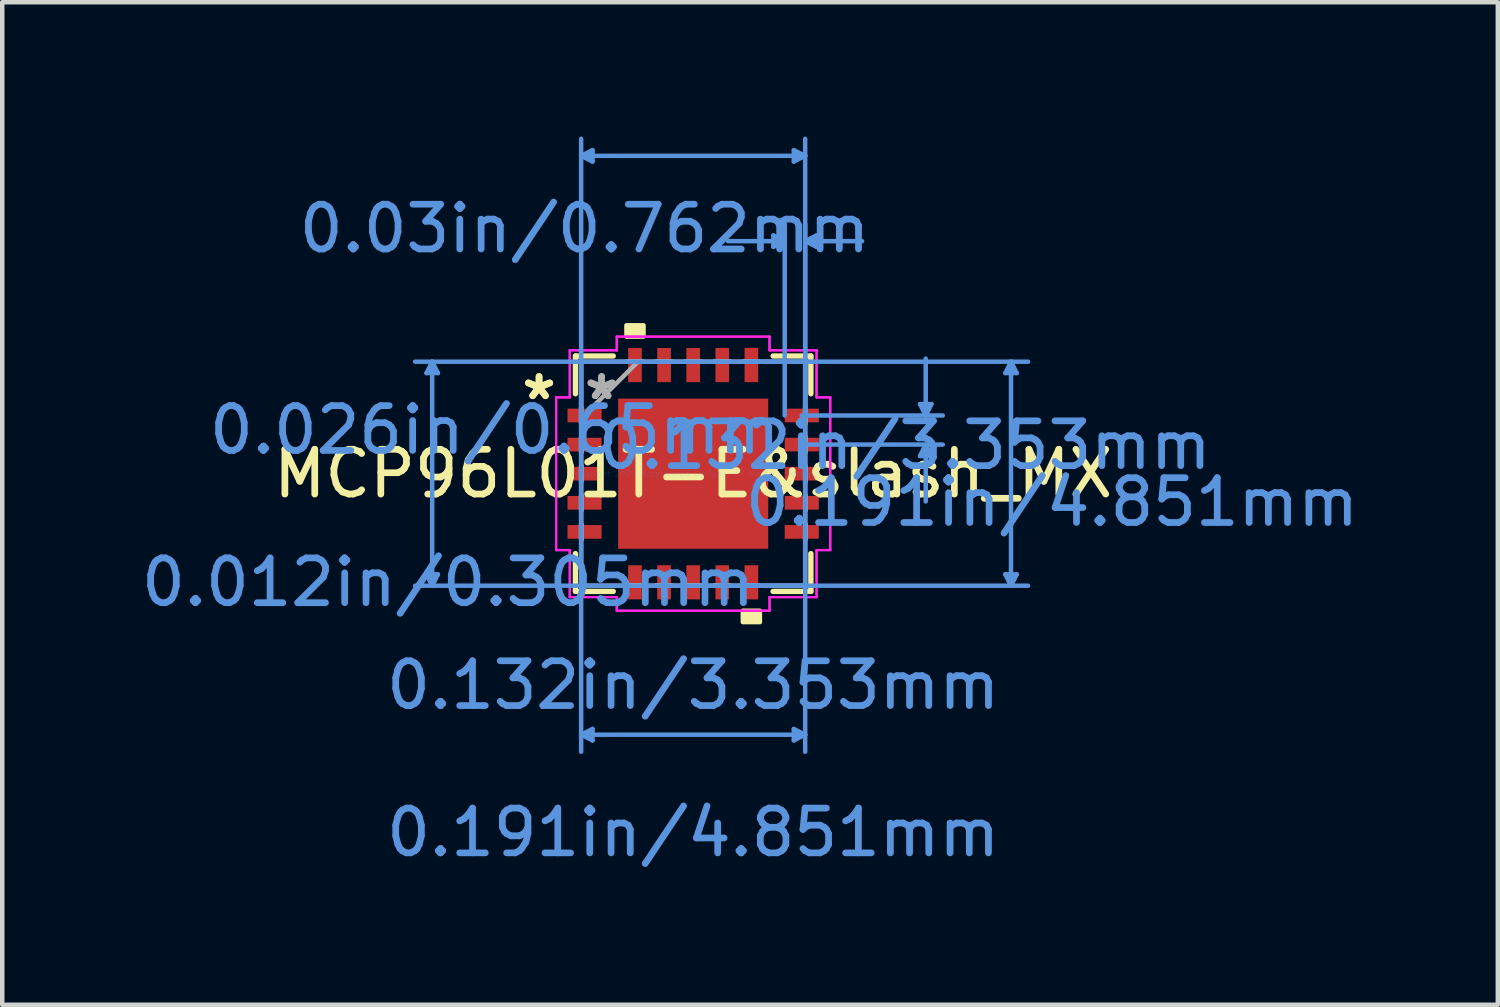
<source format=kicad_pcb>
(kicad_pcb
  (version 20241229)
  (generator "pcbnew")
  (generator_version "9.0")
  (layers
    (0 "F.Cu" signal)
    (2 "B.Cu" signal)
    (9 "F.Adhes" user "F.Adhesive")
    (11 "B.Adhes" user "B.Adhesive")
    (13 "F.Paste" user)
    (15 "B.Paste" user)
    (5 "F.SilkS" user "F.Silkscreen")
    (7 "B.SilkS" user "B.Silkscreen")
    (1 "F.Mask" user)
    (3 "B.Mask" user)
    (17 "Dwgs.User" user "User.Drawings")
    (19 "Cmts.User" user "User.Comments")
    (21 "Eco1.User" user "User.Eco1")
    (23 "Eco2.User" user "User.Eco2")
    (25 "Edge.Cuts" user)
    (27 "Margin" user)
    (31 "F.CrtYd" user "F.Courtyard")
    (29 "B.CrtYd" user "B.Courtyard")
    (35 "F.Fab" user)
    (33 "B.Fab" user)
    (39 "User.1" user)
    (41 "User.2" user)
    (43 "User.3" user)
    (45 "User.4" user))
  (footprint "MCP96L01T-E&slash_MX"
    (layer "F.Cu")
    (at 12.432 7.53)
    (property "Reference" "MCP96L01T-E&slash_MX" (at 0 0 0) (layer "F.SilkS") (effects (font (size 1 1) (thickness 0.15))))
    (attr through_hole)
    (fp_line (start -2.629 -2.629) (end -2.629 -1.785) (stroke (width 0.12) (type solid)) (layer "F.SilkS"))
    (fp_line (start -2.629 1.785) (end -2.629 2.629) (stroke (width 0.12) (type solid)) (layer "F.SilkS"))
    (fp_line (start -2.629 2.629) (end -1.785 2.629) (stroke (width 0.12) (type solid)) (layer "F.SilkS"))
    (fp_line (start -1.785 -2.629) (end -2.629 -2.629) (stroke (width 0.12) (type solid)) (layer "F.SilkS"))
    (fp_line (start 1.785 2.629) (end 2.629 2.629) (stroke (width 0.12) (type solid)) (layer "F.SilkS"))
    (fp_line (start 2.629 -2.629) (end 1.785 -2.629) (stroke (width 0.12) (type solid)) (layer "F.SilkS"))
    (fp_line (start 2.629 -1.785) (end 2.629 -2.629) (stroke (width 0.12) (type solid)) (layer "F.SilkS"))
    (fp_line (start 2.629 2.629) (end 2.629 1.785) (stroke (width 0.12) (type solid)) (layer "F.SilkS"))
    (fp_poly (pts (xy -1.49 -3.061) (xy -1.49 -3.315) (xy -1.109 -3.315) (xy -1.109 -3.061)) (stroke (width 0.1) (type solid)) (fill yes) (layer "F.SilkS"))
    (fp_poly (pts (xy 1.109 3.061) (xy 1.109 3.315) (xy 1.49 3.315) (xy 1.49 3.061)) (stroke (width 0.1) (type solid)) (fill yes) (layer "F.SilkS"))
    (fp_poly (pts (xy -1.576 -1.576) (xy -1.576 -0.1) (xy -0.1 -0.1) (xy -0.1 -1.576)) (stroke (width 0.1) (type solid)) (fill yes) (layer "F.Paste"))
    (fp_poly (pts (xy -1.576 0.1) (xy -1.576 1.576) (xy -0.1 1.576) (xy -0.1 0.1)) (stroke (width 0.1) (type solid)) (fill yes) (layer "F.Paste"))
    (fp_poly (pts (xy 0.1 -1.576) (xy 0.1 -0.1) (xy 1.576 -0.1) (xy 1.576 -1.576)) (stroke (width 0.1) (type solid)) (fill yes) (layer "F.Paste"))
    (fp_poly (pts (xy 0.1 0.1) (xy 0.1 1.576) (xy 1.576 1.576) (xy 1.576 0.1)) (stroke (width 0.1) (type solid)) (fill yes) (layer "F.Paste"))
    (fp_line (start -5.956 -2.248) (end -5.702 -2.248) (stroke (width 0.1) (type solid)) (layer "Cmts.User"))
    (fp_line (start -5.956 2.248) (end -5.702 2.248) (stroke (width 0.1) (type solid)) (layer "Cmts.User"))
    (fp_line (start -5.829 -2.502) (end -5.956 -2.248) (stroke (width 0.1) (type solid)) (layer "Cmts.User"))
    (fp_line (start -5.829 -2.502) (end -5.829 2.502) (stroke (width 0.1) (type solid)) (layer "Cmts.User"))
    (fp_line (start -5.829 -2.502) (end -5.702 -2.248) (stroke (width 0.1) (type solid)) (layer "Cmts.User"))
    (fp_line (start -5.829 2.502) (end -5.956 2.248) (stroke (width 0.1) (type solid)) (layer "Cmts.User"))
    (fp_line (start -5.829 2.502) (end -5.702 2.248) (stroke (width 0.1) (type solid)) (layer "Cmts.User"))
    (fp_line (start -2.502 -7.099) (end -2.248 -7.226) (stroke (width 0.1) (type solid)) (layer "Cmts.User"))
    (fp_line (start -2.502 -7.099) (end -2.248 -6.972) (stroke (width 0.1) (type solid)) (layer "Cmts.User"))
    (fp_line (start -2.502 -7.099) (end 2.502 -7.099) (stroke (width 0.1) (type solid)) (layer "Cmts.User"))
    (fp_line (start -2.502 -2.502) (end -2.502 6.21) (stroke (width 0.1) (type solid)) (layer "Cmts.User"))
    (fp_line (start -2.502 -1.3) (end -2.502 -7.48) (stroke (width 0.1) (type solid)) (layer "Cmts.User"))
    (fp_line (start -2.502 5.829) (end -2.248 5.702) (stroke (width 0.1) (type solid)) (layer "Cmts.User"))
    (fp_line (start -2.502 5.829) (end -2.248 5.956) (stroke (width 0.1) (type solid)) (layer "Cmts.User"))
    (fp_line (start -2.502 5.829) (end 2.502 5.829) (stroke (width 0.1) (type solid)) (layer "Cmts.User"))
    (fp_line (start -2.248 -7.226) (end -2.248 -6.972) (stroke (width 0.1) (type solid)) (layer "Cmts.User"))
    (fp_line (start -2.248 5.702) (end -2.248 5.956) (stroke (width 0.1) (type solid)) (layer "Cmts.User"))
    (fp_line (start 1.3 -2.502) (end 7.48 -2.502) (stroke (width 0.1) (type solid)) (layer "Cmts.User"))
    (fp_line (start 1.3 2.502) (end 7.48 2.502) (stroke (width 0.1) (type solid)) (layer "Cmts.User"))
    (fp_line (start 1.791 -5.321) (end 1.791 -5.067) (stroke (width 0.1) (type solid)) (layer "Cmts.User"))
    (fp_line (start 2.045 -5.194) (end 0.775 -5.194) (stroke (width 0.1) (type solid)) (layer "Cmts.User"))
    (fp_line (start 2.045 -5.194) (end 1.791 -5.321) (stroke (width 0.1) (type solid)) (layer "Cmts.User"))
    (fp_line (start 2.045 -5.194) (end 1.791 -5.067) (stroke (width 0.1) (type solid)) (layer "Cmts.User"))
    (fp_line (start 2.045 -1.3) (end 2.045 -5.575) (stroke (width 0.1) (type solid)) (layer "Cmts.User"))
    (fp_line (start 2.248 -7.226) (end 2.248 -6.972) (stroke (width 0.1) (type solid)) (layer "Cmts.User"))
    (fp_line (start 2.248 5.702) (end 2.248 5.956) (stroke (width 0.1) (type solid)) (layer "Cmts.User"))
    (fp_line (start 2.426 -1.3) (end 5.575 -1.3) (stroke (width 0.1) (type solid)) (layer "Cmts.User"))
    (fp_line (start 2.426 -0.65) (end 5.575 -0.65) (stroke (width 0.1) (type solid)) (layer "Cmts.User"))
    (fp_line (start 2.502 -7.099) (end 2.248 -7.226) (stroke (width 0.1) (type solid)) (layer "Cmts.User"))
    (fp_line (start 2.502 -7.099) (end 2.248 -6.972) (stroke (width 0.1) (type solid)) (layer "Cmts.User"))
    (fp_line (start 2.502 -5.194) (end 2.756 -5.321) (stroke (width 0.1) (type solid)) (layer "Cmts.User"))
    (fp_line (start 2.502 -5.194) (end 2.756 -5.067) (stroke (width 0.1) (type solid)) (layer "Cmts.User"))
    (fp_line (start 2.502 -5.194) (end 3.772 -5.194) (stroke (width 0.1) (type solid)) (layer "Cmts.User"))
    (fp_line (start 2.502 -2.502) (end -6.21 -2.502) (stroke (width 0.1) (type solid)) (layer "Cmts.User"))
    (fp_line (start 2.502 -2.502) (end 2.502 6.21) (stroke (width 0.1) (type solid)) (layer "Cmts.User"))
    (fp_line (start 2.502 -1.3) (end 2.502 -7.48) (stroke (width 0.1) (type solid)) (layer "Cmts.User"))
    (fp_line (start 2.502 -1.3) (end 2.502 -5.575) (stroke (width 0.1) (type solid)) (layer "Cmts.User"))
    (fp_line (start 2.502 2.502) (end -6.21 2.502) (stroke (width 0.1) (type solid)) (layer "Cmts.User"))
    (fp_line (start 2.502 5.829) (end 2.248 5.702) (stroke (width 0.1) (type solid)) (layer "Cmts.User"))
    (fp_line (start 2.502 5.829) (end 2.248 5.956) (stroke (width 0.1) (type solid)) (layer "Cmts.User"))
    (fp_line (start 2.756 -5.321) (end 2.756 -5.067) (stroke (width 0.1) (type solid)) (layer "Cmts.User"))
    (fp_line (start 5.067 -1.554) (end 5.321 -1.554) (stroke (width 0.1) (type solid)) (layer "Cmts.User"))
    (fp_line (start 5.067 -0.396) (end 5.321 -0.396) (stroke (width 0.1) (type solid)) (layer "Cmts.User"))
    (fp_line (start 5.194 -1.3) (end 5.067 -1.554) (stroke (width 0.1) (type solid)) (layer "Cmts.User"))
    (fp_line (start 5.194 -1.3) (end 5.194 -2.57) (stroke (width 0.1) (type solid)) (layer "Cmts.User"))
    (fp_line (start 5.194 -1.3) (end 5.321 -1.554) (stroke (width 0.1) (type solid)) (layer "Cmts.User"))
    (fp_line (start 5.194 -0.65) (end 5.067 -0.396) (stroke (width 0.1) (type solid)) (layer "Cmts.User"))
    (fp_line (start 5.194 -0.65) (end 5.194 0.62) (stroke (width 0.1) (type solid)) (layer "Cmts.User"))
    (fp_line (start 5.194 -0.65) (end 5.321 -0.396) (stroke (width 0.1) (type solid)) (layer "Cmts.User"))
    (fp_line (start 6.972 -2.248) (end 7.226 -2.248) (stroke (width 0.1) (type solid)) (layer "Cmts.User"))
    (fp_line (start 6.972 2.248) (end 7.226 2.248) (stroke (width 0.1) (type solid)) (layer "Cmts.User"))
    (fp_line (start 7.099 -2.502) (end 6.972 -2.248) (stroke (width 0.1) (type solid)) (layer "Cmts.User"))
    (fp_line (start 7.099 -2.502) (end 7.099 2.502) (stroke (width 0.1) (type solid)) (layer "Cmts.User"))
    (fp_line (start 7.099 -2.502) (end 7.226 -2.248) (stroke (width 0.1) (type solid)) (layer "Cmts.User"))
    (fp_line (start 7.099 2.502) (end 6.972 2.248) (stroke (width 0.1) (type solid)) (layer "Cmts.User"))
    (fp_line (start 7.099 2.502) (end 7.226 2.248) (stroke (width 0.1) (type solid)) (layer "Cmts.User"))
    (fp_line (start -3.061 -1.706) (end -2.756 -1.706) (stroke (width 0.05) (type solid)) (layer "F.CrtYd"))
    (fp_line (start -3.061 -1.706) (end -2.756 -1.706) (stroke (width 0.05) (type solid)) (layer "F.CrtYd"))
    (fp_line (start -3.061 1.706) (end -3.061 -1.706) (stroke (width 0.05) (type solid)) (layer "F.CrtYd"))
    (fp_line (start -3.061 1.706) (end -3.061 -1.706) (stroke (width 0.05) (type solid)) (layer "F.CrtYd"))
    (fp_line (start -2.756 -2.756) (end -1.706 -2.756) (stroke (width 0.05) (type solid)) (layer "F.CrtYd"))
    (fp_line (start -2.756 -2.756) (end -1.706 -2.756) (stroke (width 0.05) (type solid)) (layer "F.CrtYd"))
    (fp_line (start -2.756 -1.706) (end -2.756 -2.756) (stroke (width 0.05) (type solid)) (layer "F.CrtYd"))
    (fp_line (start -2.756 -1.706) (end -2.756 -2.756) (stroke (width 0.05) (type solid)) (layer "F.CrtYd"))
    (fp_line (start -2.756 1.706) (end -3.061 1.706) (stroke (width 0.05) (type solid)) (layer "F.CrtYd"))
    (fp_line (start -2.756 1.706) (end -3.061 1.706) (stroke (width 0.05) (type solid)) (layer "F.CrtYd"))
    (fp_line (start -2.756 2.756) (end -2.756 1.706) (stroke (width 0.05) (type solid)) (layer "F.CrtYd"))
    (fp_line (start -2.756 2.756) (end -2.756 1.706) (stroke (width 0.05) (type solid)) (layer "F.CrtYd"))
    (fp_line (start -1.706 -3.061) (end 1.706 -3.061) (stroke (width 0.05) (type solid)) (layer "F.CrtYd"))
    (fp_line (start -1.706 -3.061) (end 1.706 -3.061) (stroke (width 0.05) (type solid)) (layer "F.CrtYd"))
    (fp_line (start -1.706 -2.756) (end -1.706 -3.061) (stroke (width 0.05) (type solid)) (layer "F.CrtYd"))
    (fp_line (start -1.706 -2.756) (end -1.706 -3.061) (stroke (width 0.05) (type solid)) (layer "F.CrtYd"))
    (fp_line (start -1.706 2.756) (end -2.756 2.756) (stroke (width 0.05) (type solid)) (layer "F.CrtYd"))
    (fp_line (start -1.706 2.756) (end -2.756 2.756) (stroke (width 0.05) (type solid)) (layer "F.CrtYd"))
    (fp_line (start -1.706 3.061) (end -1.706 2.756) (stroke (width 0.05) (type solid)) (layer "F.CrtYd"))
    (fp_line (start -1.706 3.061) (end -1.706 2.756) (stroke (width 0.05) (type solid)) (layer "F.CrtYd"))
    (fp_line (start 1.706 -3.061) (end 1.706 -2.756) (stroke (width 0.05) (type solid)) (layer "F.CrtYd"))
    (fp_line (start 1.706 -3.061) (end 1.706 -2.756) (stroke (width 0.05) (type solid)) (layer "F.CrtYd"))
    (fp_line (start 1.706 -2.756) (end 2.756 -2.756) (stroke (width 0.05) (type solid)) (layer "F.CrtYd"))
    (fp_line (start 1.706 -2.756) (end 2.756 -2.756) (stroke (width 0.05) (type solid)) (layer "F.CrtYd"))
    (fp_line (start 1.706 2.756) (end 1.706 3.061) (stroke (width 0.05) (type solid)) (layer "F.CrtYd"))
    (fp_line (start 1.706 2.756) (end 1.706 3.061) (stroke (width 0.05) (type solid)) (layer "F.CrtYd"))
    (fp_line (start 1.706 3.061) (end -1.706 3.061) (stroke (width 0.05) (type solid)) (layer "F.CrtYd"))
    (fp_line (start 1.706 3.061) (end -1.706 3.061) (stroke (width 0.05) (type solid)) (layer "F.CrtYd"))
    (fp_line (start 2.756 -2.756) (end 2.756 -1.706) (stroke (width 0.05) (type solid)) (layer "F.CrtYd"))
    (fp_line (start 2.756 -2.756) (end 2.756 -1.706) (stroke (width 0.05) (type solid)) (layer "F.CrtYd"))
    (fp_line (start 2.756 -1.706) (end 3.061 -1.706) (stroke (width 0.05) (type solid)) (layer "F.CrtYd"))
    (fp_line (start 2.756 -1.706) (end 3.061 -1.706) (stroke (width 0.05) (type solid)) (layer "F.CrtYd"))
    (fp_line (start 2.756 1.706) (end 2.756 2.756) (stroke (width 0.05) (type solid)) (layer "F.CrtYd"))
    (fp_line (start 2.756 1.706) (end 2.756 2.756) (stroke (width 0.05) (type solid)) (layer "F.CrtYd"))
    (fp_line (start 2.756 2.756) (end 1.706 2.756) (stroke (width 0.05) (type solid)) (layer "F.CrtYd"))
    (fp_line (start 2.756 2.756) (end 1.706 2.756) (stroke (width 0.05) (type solid)) (layer "F.CrtYd"))
    (fp_line (start 3.061 -1.706) (end 3.061 1.706) (stroke (width 0.05) (type solid)) (layer "F.CrtYd"))
    (fp_line (start 3.061 -1.706) (end 3.061 1.706) (stroke (width 0.05) (type solid)) (layer "F.CrtYd"))
    (fp_line (start 3.061 1.706) (end 2.756 1.706) (stroke (width 0.05) (type solid)) (layer "F.CrtYd"))
    (fp_line (start 3.061 1.706) (end 2.756 1.706) (stroke (width 0.05) (type solid)) (layer "F.CrtYd"))
    (fp_line (start -2.502 -2.502) (end -2.502 -2.502) (stroke (width 0.1) (type solid)) (layer "F.Fab"))
    (fp_line (start -2.502 -2.502) (end -2.502 2.502) (stroke (width 0.1) (type solid)) (layer "F.Fab"))
    (fp_line (start -2.502 -1.478) (end -2.502 -1.478) (stroke (width 0.1) (type solid)) (layer "F.Fab"))
    (fp_line (start -2.502 -1.478) (end -2.502 -1.122) (stroke (width 0.1) (type solid)) (layer "F.Fab"))
    (fp_line (start -2.502 -1.232) (end -1.232 -2.502) (stroke (width 0.1) (type solid)) (layer "F.Fab"))
    (fp_line (start -2.502 -1.122) (end -2.502 -1.478) (stroke (width 0.1) (type solid)) (layer "F.Fab"))
    (fp_line (start -2.502 -1.122) (end -2.502 -1.122) (stroke (width 0.1) (type solid)) (layer "F.Fab"))
    (fp_line (start -2.502 -0.828) (end -2.502 -0.828) (stroke (width 0.1) (type solid)) (layer "F.Fab"))
    (fp_line (start -2.502 -0.828) (end -2.502 -0.472) (stroke (width 0.1) (type solid)) (layer "F.Fab"))
    (fp_line (start -2.502 -0.472) (end -2.502 -0.828) (stroke (width 0.1) (type solid)) (layer "F.Fab"))
    (fp_line (start -2.502 -0.472) (end -2.502 -0.472) (stroke (width 0.1) (type solid)) (layer "F.Fab"))
    (fp_line (start -2.502 -0.178) (end -2.502 -0.178) (stroke (width 0.1) (type solid)) (layer "F.Fab"))
    (fp_line (start -2.502 -0.178) (end -2.502 0.178) (stroke (width 0.1) (type solid)) (layer "F.Fab"))
    (fp_line (start -2.502 0.178) (end -2.502 -0.178) (stroke (width 0.1) (type solid)) (layer "F.Fab"))
    (fp_line (start -2.502 0.178) (end -2.502 0.178) (stroke (width 0.1) (type solid)) (layer "F.Fab"))
    (fp_line (start -2.502 0.472) (end -2.502 0.472) (stroke (width 0.1) (type solid)) (layer "F.Fab"))
    (fp_line (start -2.502 0.472) (end -2.502 0.828) (stroke (width 0.1) (type solid)) (layer "F.Fab"))
    (fp_line (start -2.502 0.828) (end -2.502 0.472) (stroke (width 0.1) (type solid)) (layer "F.Fab"))
    (fp_line (start -2.502 0.828) (end -2.502 0.828) (stroke (width 0.1) (type solid)) (layer "F.Fab"))
    (fp_line (start -2.502 1.122) (end -2.502 1.122) (stroke (width 0.1) (type solid)) (layer "F.Fab"))
    (fp_line (start -2.502 1.122) (end -2.502 1.478) (stroke (width 0.1) (type solid)) (layer "F.Fab"))
    (fp_line (start -2.502 1.478) (end -2.502 1.122) (stroke (width 0.1) (type solid)) (layer "F.Fab"))
    (fp_line (start -2.502 1.478) (end -2.502 1.478) (stroke (width 0.1) (type solid)) (layer "F.Fab"))
    (fp_line (start -2.502 2.502) (end -2.502 2.502) (stroke (width 0.1) (type solid)) (layer "F.Fab"))
    (fp_line (start -2.502 2.502) (end 2.502 2.502) (stroke (width 0.1) (type solid)) (layer "F.Fab"))
    (fp_line (start -1.478 -2.502) (end -1.478 -2.502) (stroke (width 0.1) (type solid)) (layer "F.Fab"))
    (fp_line (start -1.478 -2.502) (end -1.122 -2.502) (stroke (width 0.1) (type solid)) (layer "F.Fab"))
    (fp_line (start -1.478 2.502) (end -1.478 2.502) (stroke (width 0.1) (type solid)) (layer "F.Fab"))
    (fp_line (start -1.478 2.502) (end -1.122 2.502) (stroke (width 0.1) (type solid)) (layer "F.Fab"))
    (fp_line (start -1.122 -2.502) (end -1.478 -2.502) (stroke (width 0.1) (type solid)) (layer "F.Fab"))
    (fp_line (start -1.122 -2.502) (end -1.122 -2.502) (stroke (width 0.1) (type solid)) (layer "F.Fab"))
    (fp_line (start -1.122 2.502) (end -1.478 2.502) (stroke (width 0.1) (type solid)) (layer "F.Fab"))
    (fp_line (start -1.122 2.502) (end -1.122 2.502) (stroke (width 0.1) (type solid)) (layer "F.Fab"))
    (fp_line (start -0.828 -2.502) (end -0.828 -2.502) (stroke (width 0.1) (type solid)) (layer "F.Fab"))
    (fp_line (start -0.828 -2.502) (end -0.472 -2.502) (stroke (width 0.1) (type solid)) (layer "F.Fab"))
    (fp_line (start -0.828 2.502) (end -0.828 2.502) (stroke (width 0.1) (type solid)) (layer "F.Fab"))
    (fp_line (start -0.828 2.502) (end -0.472 2.502) (stroke (width 0.1) (type solid)) (layer "F.Fab"))
    (fp_line (start -0.472 -2.502) (end -0.828 -2.502) (stroke (width 0.1) (type solid)) (layer "F.Fab"))
    (fp_line (start -0.472 -2.502) (end -0.472 -2.502) (stroke (width 0.1) (type solid)) (layer "F.Fab"))
    (fp_line (start -0.472 2.502) (end -0.828 2.502) (stroke (width 0.1) (type solid)) (layer "F.Fab"))
    (fp_line (start -0.472 2.502) (end -0.472 2.502) (stroke (width 0.1) (type solid)) (layer "F.Fab"))
    (fp_line (start -0.178 -2.502) (end -0.178 -2.502) (stroke (width 0.1) (type solid)) (layer "F.Fab"))
    (fp_line (start -0.178 -2.502) (end 0.178 -2.502) (stroke (width 0.1) (type solid)) (layer "F.Fab"))
    (fp_line (start -0.178 2.502) (end -0.178 2.502) (stroke (width 0.1) (type solid)) (layer "F.Fab"))
    (fp_line (start -0.178 2.502) (end 0.178 2.502) (stroke (width 0.1) (type solid)) (layer "F.Fab"))
    (fp_line (start 0.178 -2.502) (end -0.178 -2.502) (stroke (width 0.1) (type solid)) (layer "F.Fab"))
    (fp_line (start 0.178 -2.502) (end 0.178 -2.502) (stroke (width 0.1) (type solid)) (layer "F.Fab"))
    (fp_line (start 0.178 2.502) (end -0.178 2.502) (stroke (width 0.1) (type solid)) (layer "F.Fab"))
    (fp_line (start 0.178 2.502) (end 0.178 2.502) (stroke (width 0.1) (type solid)) (layer "F.Fab"))
    (fp_line (start 0.472 -2.502) (end 0.472 -2.502) (stroke (width 0.1) (type solid)) (layer "F.Fab"))
    (fp_line (start 0.472 -2.502) (end 0.828 -2.502) (stroke (width 0.1) (type solid)) (layer "F.Fab"))
    (fp_line (start 0.472 2.502) (end 0.472 2.502) (stroke (width 0.1) (type solid)) (layer "F.Fab"))
    (fp_line (start 0.472 2.502) (end 0.828 2.502) (stroke (width 0.1) (type solid)) (layer "F.Fab"))
    (fp_line (start 0.828 -2.502) (end 0.472 -2.502) (stroke (width 0.1) (type solid)) (layer "F.Fab"))
    (fp_line (start 0.828 -2.502) (end 0.828 -2.502) (stroke (width 0.1) (type solid)) (layer "F.Fab"))
    (fp_line (start 0.828 2.502) (end 0.472 2.502) (stroke (width 0.1) (type solid)) (layer "F.Fab"))
    (fp_line (start 0.828 2.502) (end 0.828 2.502) (stroke (width 0.1) (type solid)) (layer "F.Fab"))
    (fp_line (start 1.122 -2.502) (end 1.122 -2.502) (stroke (width 0.1) (type solid)) (layer "F.Fab"))
    (fp_line (start 1.122 -2.502) (end 1.478 -2.502) (stroke (width 0.1) (type solid)) (layer "F.Fab"))
    (fp_line (start 1.122 2.502) (end 1.122 2.502) (stroke (width 0.1) (type solid)) (layer "F.Fab"))
    (fp_line (start 1.122 2.502) (end 1.478 2.502) (stroke (width 0.1) (type solid)) (layer "F.Fab"))
    (fp_line (start 1.478 -2.502) (end 1.122 -2.502) (stroke (width 0.1) (type solid)) (layer "F.Fab"))
    (fp_line (start 1.478 -2.502) (end 1.478 -2.502) (stroke (width 0.1) (type solid)) (layer "F.Fab"))
    (fp_line (start 1.478 2.502) (end 1.122 2.502) (stroke (width 0.1) (type solid)) (layer "F.Fab"))
    (fp_line (start 1.478 2.502) (end 1.478 2.502) (stroke (width 0.1) (type solid)) (layer "F.Fab"))
    (fp_line (start 2.502 -2.502) (end -2.502 -2.502) (stroke (width 0.1) (type solid)) (layer "F.Fab"))
    (fp_line (start 2.502 -2.502) (end 2.502 -2.502) (stroke (width 0.1) (type solid)) (layer "F.Fab"))
    (fp_line (start 2.502 -1.478) (end 2.502 -1.478) (stroke (width 0.1) (type solid)) (layer "F.Fab"))
    (fp_line (start 2.502 -1.478) (end 2.502 -1.122) (stroke (width 0.1) (type solid)) (layer "F.Fab"))
    (fp_line (start 2.502 -1.122) (end 2.502 -1.478) (stroke (width 0.1) (type solid)) (layer "F.Fab"))
    (fp_line (start 2.502 -1.122) (end 2.502 -1.122) (stroke (width 0.1) (type solid)) (layer "F.Fab"))
    (fp_line (start 2.502 -0.828) (end 2.502 -0.828) (stroke (width 0.1) (type solid)) (layer "F.Fab"))
    (fp_line (start 2.502 -0.828) (end 2.502 -0.472) (stroke (width 0.1) (type solid)) (layer "F.Fab"))
    (fp_line (start 2.502 -0.472) (end 2.502 -0.828) (stroke (width 0.1) (type solid)) (layer "F.Fab"))
    (fp_line (start 2.502 -0.472) (end 2.502 -0.472) (stroke (width 0.1) (type solid)) (layer "F.Fab"))
    (fp_line (start 2.502 -0.178) (end 2.502 -0.178) (stroke (width 0.1) (type solid)) (layer "F.Fab"))
    (fp_line (start 2.502 -0.178) (end 2.502 0.178) (stroke (width 0.1) (type solid)) (layer "F.Fab"))
    (fp_line (start 2.502 0.178) (end 2.502 -0.178) (stroke (width 0.1) (type solid)) (layer "F.Fab"))
    (fp_line (start 2.502 0.178) (end 2.502 0.178) (stroke (width 0.1) (type solid)) (layer "F.Fab"))
    (fp_line (start 2.502 0.472) (end 2.502 0.472) (stroke (width 0.1) (type solid)) (layer "F.Fab"))
    (fp_line (start 2.502 0.472) (end 2.502 0.828) (stroke (width 0.1) (type solid)) (layer "F.Fab"))
    (fp_line (start 2.502 0.828) (end 2.502 0.472) (stroke (width 0.1) (type solid)) (layer "F.Fab"))
    (fp_line (start 2.502 0.828) (end 2.502 0.828) (stroke (width 0.1) (type solid)) (layer "F.Fab"))
    (fp_line (start 2.502 1.122) (end 2.502 1.122) (stroke (width 0.1) (type solid)) (layer "F.Fab"))
    (fp_line (start 2.502 1.122) (end 2.502 1.478) (stroke (width 0.1) (type solid)) (layer "F.Fab"))
    (fp_line (start 2.502 1.478) (end 2.502 1.122) (stroke (width 0.1) (type solid)) (layer "F.Fab"))
    (fp_line (start 2.502 1.478) (end 2.502 1.478) (stroke (width 0.1) (type solid)) (layer "F.Fab"))
    (fp_line (start 2.502 2.502) (end 2.502 -2.502) (stroke (width 0.1) (type solid)) (layer "F.Fab"))
    (fp_line (start 2.502 2.502) (end 2.502 2.502) (stroke (width 0.1) (type solid)) (layer "F.Fab"))
    (fp_text user "*" (at -3.442 -1.625 0) (layer "F.SilkS") (effects (font (size 1 1) (thickness 0.15))))
    (fp_text user "*" (at -3.442 -1.625 0) (layer "F.SilkS") (effects (font (size 1 1) (thickness 0.15))))
    (fp_text user "0.026in/0.65mm" (at -4.432 -0.975 0) (layer "Cmts.User") (effects (font (size 1 1) (thickness 0.15))))
    (fp_text user "0.191in/4.851mm" (at 8.014 0.635 0) (layer "Cmts.User") (effects (font (size 1 1) (thickness 0.15))))
    (fp_text user "0.03in/0.762mm" (at -2.426 -5.474 0) (layer "Cmts.User") (effects (font (size 1 1) (thickness 0.15))))
    (fp_text user "0.132in/3.353mm" (at 0 4.724 0) (layer "Cmts.User") (effects (font (size 1 1) (thickness 0.15))))
    (fp_text user "0.132in/3.353mm" (at 4.724 -0.635 0) (layer "Cmts.User") (effects (font (size 1 1) (thickness 0.15))))
    (fp_text user "0.191in/4.851mm" (at 0 8.014 0) (layer "Cmts.User") (effects (font (size 1 1) (thickness 0.15))))
    (fp_text user "0.012in/0.305mm" (at -5.474 2.426 0) (layer "Cmts.User") (effects (font (size 1 1) (thickness 0.15))))
    (fp_text user "Copyright 2021 Accelerated Designs. All rights reserved." (at 0 0 0) (layer "Cmts.User") (effects (font (size 0.127 0.127) (thickness 0.002))))
    (fp_text user "*" (at -2.045 -1.625 0) (layer "F.Fab") (effects (font (size 1 1) (thickness 0.15))))
    (fp_text user "*" (at -2.045 -1.625 0) (layer "F.Fab") (effects (font (size 1 1) (thickness 0.15))))
    (pad "1" smd rect (at -2.426 -1.3 90) (size 0.305 0.762) (layers "F.Cu" "F.Mask" "F.Paste"))
    (pad "2" smd rect (at -2.426 -0.65 90) (size 0.305 0.762) (layers "F.Cu" "F.Mask" "F.Paste"))
    (pad "3" smd rect (at -2.426 0 90) (size 0.305 0.762) (layers "F.Cu" "F.Mask" "F.Paste"))
    (pad "4" smd rect (at -2.426 0.65 90) (size 0.305 0.762) (layers "F.Cu" "F.Mask" "F.Paste"))
    (pad "5" smd rect (at -2.426 1.3 90) (size 0.305 0.762) (layers "F.Cu" "F.Mask" "F.Paste"))
    (pad "6" smd rect (at -1.3 2.426) (size 0.305 0.762) (layers "F.Cu" "F.Mask" "F.Paste"))
    (pad "7" smd rect (at -0.65 2.426) (size 0.305 0.762) (layers "F.Cu" "F.Mask" "F.Paste"))
    (pad "8" smd rect (at 0 2.426) (size 0.305 0.762) (layers "F.Cu" "F.Mask" "F.Paste"))
    (pad "9" smd rect (at 0.65 2.426) (size 0.305 0.762) (layers "F.Cu" "F.Mask" "F.Paste"))
    (pad "10" smd rect (at 1.3 2.426) (size 0.305 0.762) (layers "F.Cu" "F.Mask" "F.Paste"))
    (pad "11" smd rect (at 2.426 1.3 90) (size 0.305 0.762) (layers "F.Cu" "F.Mask" "F.Paste"))
    (pad "12" smd rect (at 2.426 0.65 90) (size 0.305 0.762) (layers "F.Cu" "F.Mask" "F.Paste"))
    (pad "13" smd rect (at 2.426 0 90) (size 0.305 0.762) (layers "F.Cu" "F.Mask" "F.Paste"))
    (pad "14" smd rect (at 2.426 -0.65 90) (size 0.305 0.762) (layers "F.Cu" "F.Mask" "F.Paste"))
    (pad "15" smd rect (at 2.426 -1.3 90) (size 0.305 0.762) (layers "F.Cu" "F.Mask" "F.Paste"))
    (pad "16" smd rect (at 1.3 -2.426) (size 0.305 0.762) (layers "F.Cu" "F.Mask" "F.Paste"))
    (pad "17" smd rect (at 0.65 -2.426) (size 0.305 0.762) (layers "F.Cu" "F.Mask" "F.Paste"))
    (pad "18" smd rect (at 0 -2.426) (size 0.305 0.762) (layers "F.Cu" "F.Mask" "F.Paste"))
    (pad "19" smd rect (at -0.65 -2.426) (size 0.305 0.762) (layers "F.Cu" "F.Mask" "F.Paste"))
    (pad "20" smd rect (at -1.3 -2.426) (size 0.305 0.762) (layers "F.Cu" "F.Mask" "F.Paste"))
    (pad "21" smd rect (at 0 0) (size 3.353 3.353) (layers "F.Cu" "F.Mask")))
  (gr_rect
    (start -3 -3)
    (end 30.404 19.392)
    (stroke (width 0.1) (type default))
    (fill no)
    (layer "Edge.Cuts")))
</source>
